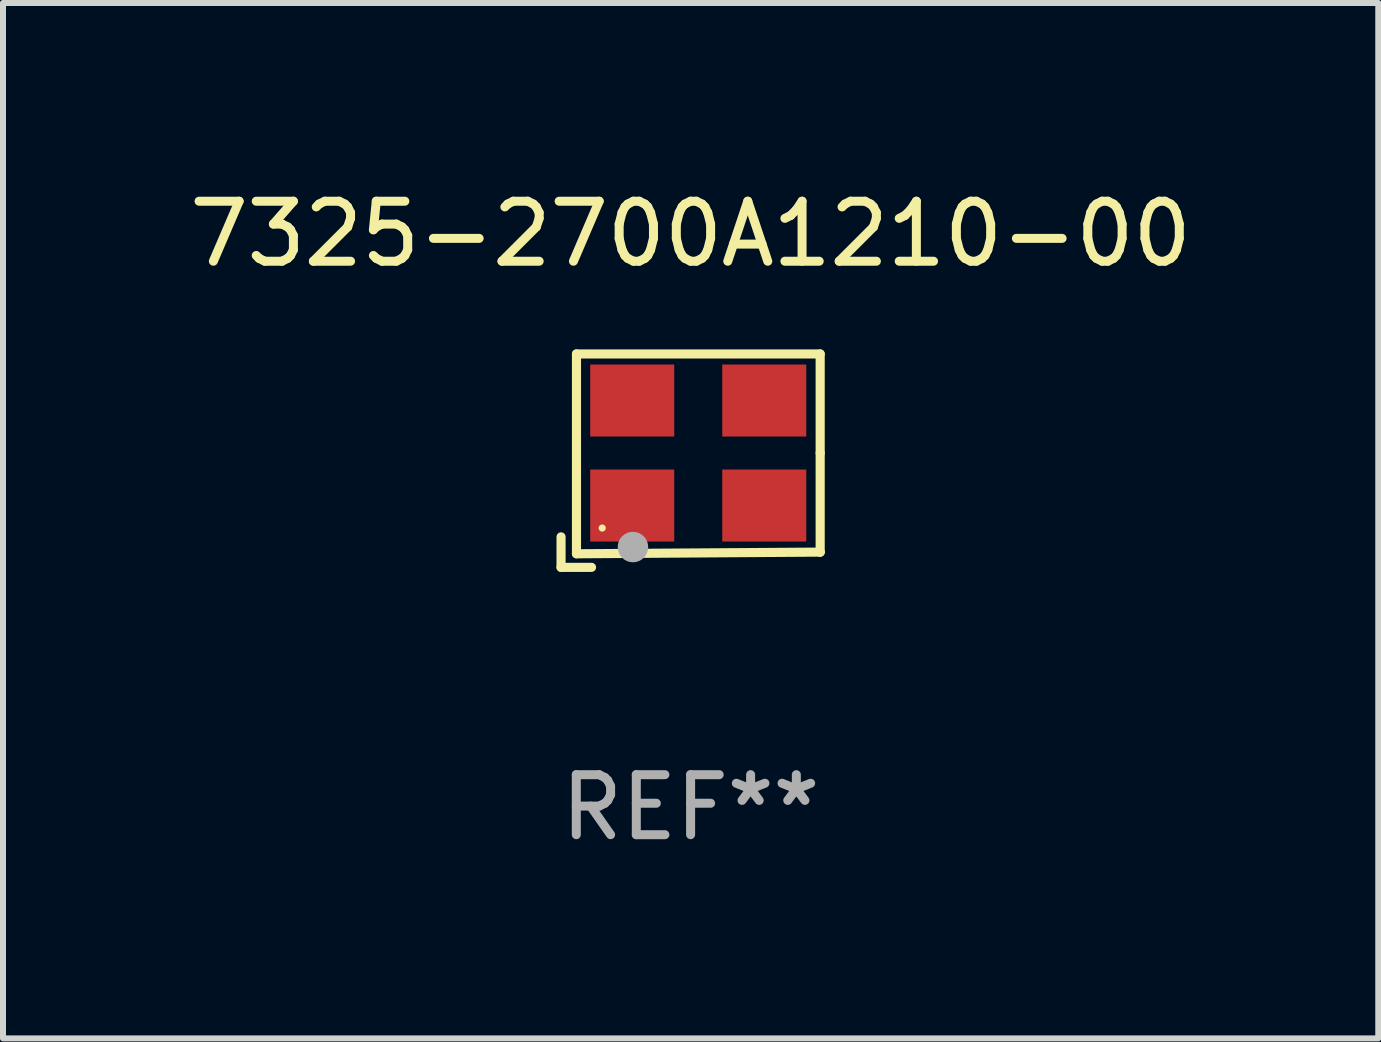
<source format=kicad_pcb>
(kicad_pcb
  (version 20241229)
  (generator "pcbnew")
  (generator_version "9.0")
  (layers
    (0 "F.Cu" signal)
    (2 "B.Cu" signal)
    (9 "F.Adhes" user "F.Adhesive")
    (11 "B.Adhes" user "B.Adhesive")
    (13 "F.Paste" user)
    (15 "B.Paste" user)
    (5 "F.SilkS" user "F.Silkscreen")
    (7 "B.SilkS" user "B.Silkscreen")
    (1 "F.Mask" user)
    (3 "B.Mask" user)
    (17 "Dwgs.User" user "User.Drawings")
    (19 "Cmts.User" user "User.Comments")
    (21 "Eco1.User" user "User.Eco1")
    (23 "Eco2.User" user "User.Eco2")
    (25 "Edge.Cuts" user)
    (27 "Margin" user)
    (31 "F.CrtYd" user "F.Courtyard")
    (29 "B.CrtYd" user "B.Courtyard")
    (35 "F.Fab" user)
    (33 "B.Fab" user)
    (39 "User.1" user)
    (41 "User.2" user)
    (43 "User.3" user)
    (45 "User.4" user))
  (footprint "7325-2700A1210-00"
    (layer "F.Cu")
    (at 8.458 4.626)
    (property "Reference" "7325-2700A1210-00" (at 0 -3.778 0) (layer "F.SilkS") (effects (font (size 1 1) (thickness 0.15))))
    (attr through_hole)
    (fp_line (start -2.159 1.27) (end -2.159 1.778) (stroke (width 0.152) (type solid)) (layer "F.SilkS"))
    (fp_line (start -2.159 1.778) (end -1.651 1.778) (stroke (width 0.152) (type solid)) (layer "F.SilkS"))
    (fp_line (start -1.902 -1.778) (end 2.159 -1.778) (stroke (width 0.152) (type solid)) (layer "F.SilkS"))
    (fp_line (start -1.902 1.552) (end -1.902 -1.778) (stroke (width 0.152) (type solid)) (layer "F.SilkS"))
    (fp_line (start 2.159 -1.778) (end 2.159 -0.127) (stroke (width 0.152) (type solid)) (layer "F.SilkS"))
    (fp_line (start 2.159 -0.127) (end 2.159 1.524) (stroke (width 0.152) (type solid)) (layer "F.SilkS"))
    (fp_line (start 2.159 1.524) (end -1.902 1.552) (stroke (width 0.152) (type solid)) (layer "F.SilkS"))
    (fp_line (start 2.159 1.524) (end 2.159 1.524) (stroke (width 0.152) (type solid)) (layer "F.SilkS"))
    (fp_circle (center -1.473 1.123) (end -1.443 1.123) (stroke (width 0.06) (type solid)) (fill no) (layer "F.SilkS"))
    (fp_circle (center -0.961 1.44) (end -0.834 1.44) (stroke (width 0.254) (type solid)) (fill no) (layer "F.Fab"))
    (fp_text user "REF**" (at 0 5.778 0) (layer "F.Fab") (effects (font (size 1 1) (thickness 0.15))))
    (pad "1" smd rect (at -0.973 0.748) (size 1.4 1.2) (layers "F.Cu" "F.Mask" "F.Paste"))
    (pad "2" smd rect (at 1.227 0.748) (size 1.4 1.2) (layers "F.Cu" "F.Mask" "F.Paste"))
    (pad "3" smd rect (at 1.227 -1.002) (size 1.4 1.2) (layers "F.Cu" "F.Mask" "F.Paste"))
    (pad "4" smd rect (at -0.973 -1.002) (size 1.4 1.2) (layers "F.Cu" "F.Mask" "F.Paste")))
  (gr_rect
    (start -3 -3)
    (end 19.917 14.253)
    (stroke (width 0.1) (type default))
    (fill no)
    (layer "Edge.Cuts")))
</source>
